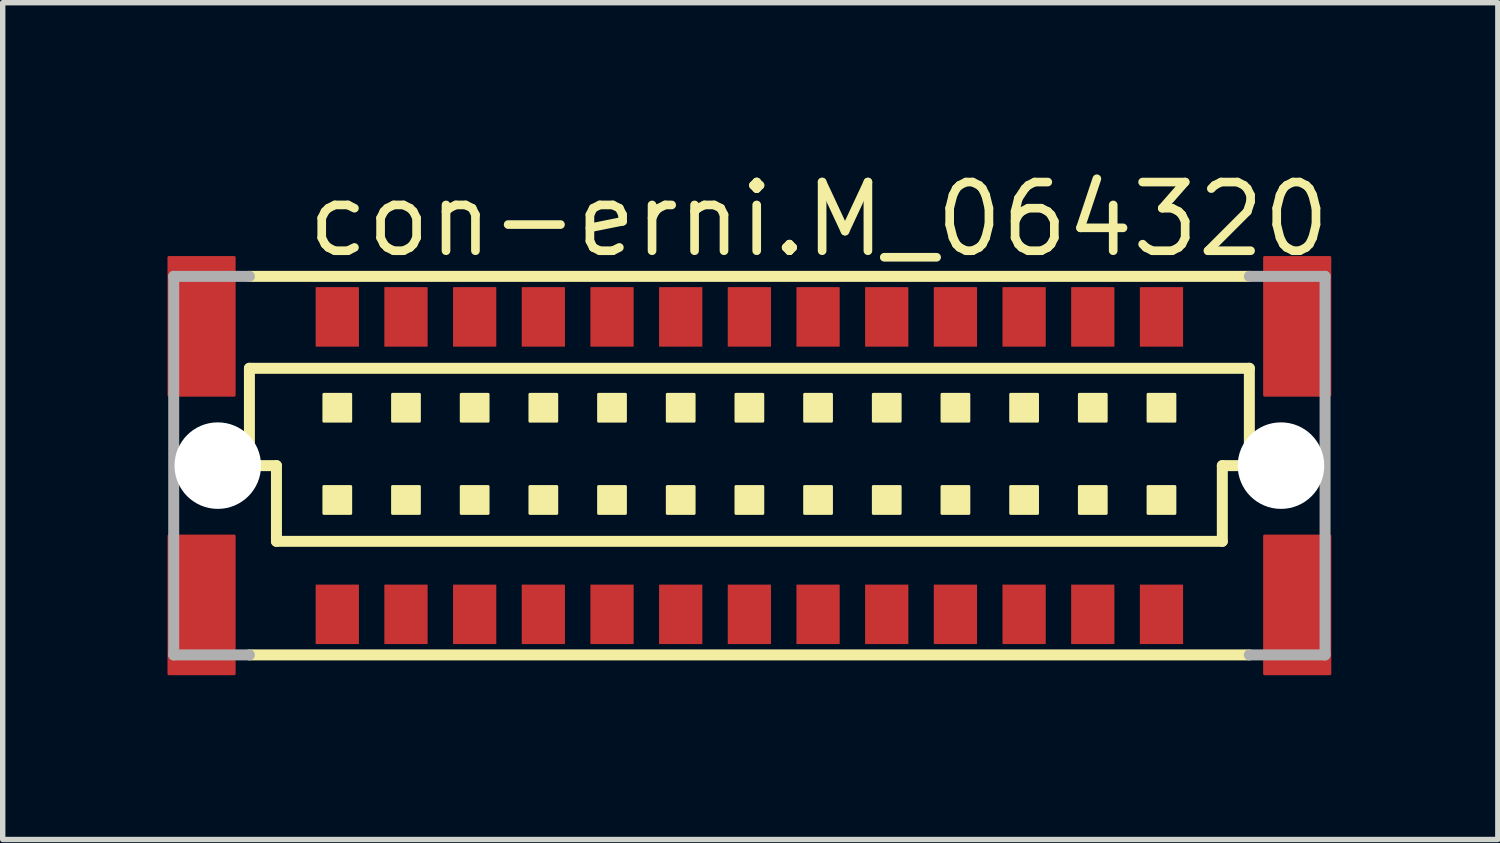
<source format=kicad_pcb>
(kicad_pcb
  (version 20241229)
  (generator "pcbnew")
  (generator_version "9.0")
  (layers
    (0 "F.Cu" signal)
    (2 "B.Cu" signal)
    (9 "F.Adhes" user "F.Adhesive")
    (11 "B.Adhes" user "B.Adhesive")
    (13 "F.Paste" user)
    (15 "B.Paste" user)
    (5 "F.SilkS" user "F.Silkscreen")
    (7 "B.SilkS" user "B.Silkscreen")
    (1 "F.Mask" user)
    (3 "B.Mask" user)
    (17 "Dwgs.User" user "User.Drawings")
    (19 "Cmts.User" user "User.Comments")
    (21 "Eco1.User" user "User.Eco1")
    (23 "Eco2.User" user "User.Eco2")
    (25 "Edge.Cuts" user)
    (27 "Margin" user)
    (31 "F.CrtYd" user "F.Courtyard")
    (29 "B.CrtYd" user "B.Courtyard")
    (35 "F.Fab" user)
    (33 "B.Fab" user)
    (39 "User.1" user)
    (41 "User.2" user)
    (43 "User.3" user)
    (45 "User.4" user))
  (footprint "con-erni.M_064320"
    (layer "F.Cu")
    (at 10.807 5.56)
    (property "Reference" "con-erni.M_064320" (at -8.255 -3.81 0) (layer "F.SilkS") (effects (font (size 1.27 1.27) (thickness 0.16)) (justify left bottom)))
    (attr smd)
    (fp_rect (start -10.735 -1.3) (end -9.525 -3.85) (stroke (width 0.05) (type default)) (fill yes) (layer "F.Cu"))
    (fp_rect (start -10.735 3.85) (end -9.525 1.3) (stroke (width 0.05) (type default)) (fill yes) (layer "F.Cu"))
    (fp_rect (start 9.525 -1.3) (end 10.735 -3.85) (stroke (width 0.05) (type default)) (fill yes) (layer "F.Cu"))
    (fp_rect (start 9.525 3.85) (end 10.735 1.3) (stroke (width 0.05) (type default)) (fill yes) (layer "F.Cu"))
    (fp_rect (start -10.783 -1.262) (end -9.495 -3.888) (stroke (width 0.05) (type default)) (fill yes) (layer "F.Mask"))
    (fp_rect (start -10.77 3.888) (end -9.482 1.262) (stroke (width 0.05) (type default)) (fill yes) (layer "F.Mask"))
    (fp_rect (start 9.483 -1.262) (end 10.77 -3.888) (stroke (width 0.05) (type default)) (fill yes) (layer "F.Mask"))
    (fp_rect (start 9.483 3.888) (end 10.77 1.262) (stroke (width 0.05) (type default)) (fill yes) (layer "F.Mask"))
    (fp_line (start -9.245 -3.5) (end 9.245 -3.5) (stroke (width 0.203) (type default)) (layer "F.SilkS"))
    (fp_line (start -9.245 -1.8) (end 9.245 -1.8) (stroke (width 0.203) (type default)) (layer "F.SilkS"))
    (fp_line (start -9.245 0) (end -9.245 -1.8) (stroke (width 0.203) (type default)) (layer "F.SilkS"))
    (fp_line (start -8.745 0) (end -9.245 0) (stroke (width 0.203) (type default)) (layer "F.SilkS"))
    (fp_line (start -8.745 1.4) (end -8.745 0) (stroke (width 0.203) (type default)) (layer "F.SilkS"))
    (fp_line (start 8.745 0) (end 8.745 1.4) (stroke (width 0.203) (type default)) (layer "F.SilkS"))
    (fp_line (start 8.745 1.4) (end -8.745 1.4) (stroke (width 0.203) (type default)) (layer "F.SilkS"))
    (fp_line (start 9.245 -1.8) (end 9.245 0) (stroke (width 0.203) (type default)) (layer "F.SilkS"))
    (fp_line (start 9.245 0) (end 8.745 0) (stroke (width 0.203) (type default)) (layer "F.SilkS"))
    (fp_line (start 9.245 3.5) (end -9.245 3.5) (stroke (width 0.203) (type default)) (layer "F.SilkS"))
    (fp_rect (start -7.87 -0.82) (end -7.37 -1.32) (stroke (width 0.05) (type default)) (fill yes) (layer "F.SilkS"))
    (fp_rect (start -7.87 0.885) (end -7.37 0.385) (stroke (width 0.05) (type default)) (fill yes) (layer "F.SilkS"))
    (fp_rect (start -6.6 -0.82) (end -6.1 -1.32) (stroke (width 0.05) (type default)) (fill yes) (layer "F.SilkS"))
    (fp_rect (start -6.6 0.885) (end -6.1 0.385) (stroke (width 0.05) (type default)) (fill yes) (layer "F.SilkS"))
    (fp_rect (start -5.33 -0.82) (end -4.83 -1.32) (stroke (width 0.05) (type default)) (fill yes) (layer "F.SilkS"))
    (fp_rect (start -5.33 0.885) (end -4.83 0.385) (stroke (width 0.05) (type default)) (fill yes) (layer "F.SilkS"))
    (fp_rect (start -4.06 -0.82) (end -3.56 -1.32) (stroke (width 0.05) (type default)) (fill yes) (layer "F.SilkS"))
    (fp_rect (start -4.06 0.885) (end -3.56 0.385) (stroke (width 0.05) (type default)) (fill yes) (layer "F.SilkS"))
    (fp_rect (start -2.79 -0.82) (end -2.29 -1.32) (stroke (width 0.05) (type default)) (fill yes) (layer "F.SilkS"))
    (fp_rect (start -2.79 0.885) (end -2.29 0.385) (stroke (width 0.05) (type default)) (fill yes) (layer "F.SilkS"))
    (fp_rect (start -1.52 -0.82) (end -1.02 -1.32) (stroke (width 0.05) (type default)) (fill yes) (layer "F.SilkS"))
    (fp_rect (start -1.52 0.885) (end -1.02 0.385) (stroke (width 0.05) (type default)) (fill yes) (layer "F.SilkS"))
    (fp_rect (start -0.25 -0.82) (end 0.25 -1.32) (stroke (width 0.05) (type default)) (fill yes) (layer "F.SilkS"))
    (fp_rect (start -0.25 0.885) (end 0.25 0.385) (stroke (width 0.05) (type default)) (fill yes) (layer "F.SilkS"))
    (fp_rect (start 1.02 -0.82) (end 1.52 -1.32) (stroke (width 0.05) (type default)) (fill yes) (layer "F.SilkS"))
    (fp_rect (start 1.02 0.885) (end 1.52 0.385) (stroke (width 0.05) (type default)) (fill yes) (layer "F.SilkS"))
    (fp_rect (start 2.29 -0.82) (end 2.79 -1.32) (stroke (width 0.05) (type default)) (fill yes) (layer "F.SilkS"))
    (fp_rect (start 2.29 0.885) (end 2.79 0.385) (stroke (width 0.05) (type default)) (fill yes) (layer "F.SilkS"))
    (fp_rect (start 3.56 -0.82) (end 4.06 -1.32) (stroke (width 0.05) (type default)) (fill yes) (layer "F.SilkS"))
    (fp_rect (start 3.56 0.885) (end 4.06 0.385) (stroke (width 0.05) (type default)) (fill yes) (layer "F.SilkS"))
    (fp_rect (start 4.83 -0.82) (end 5.33 -1.32) (stroke (width 0.05) (type default)) (fill yes) (layer "F.SilkS"))
    (fp_rect (start 4.83 0.885) (end 5.33 0.385) (stroke (width 0.05) (type default)) (fill yes) (layer "F.SilkS"))
    (fp_rect (start 6.1 -0.82) (end 6.6 -1.32) (stroke (width 0.05) (type default)) (fill yes) (layer "F.SilkS"))
    (fp_rect (start 6.1 0.885) (end 6.6 0.385) (stroke (width 0.05) (type default)) (fill yes) (layer "F.SilkS"))
    (fp_rect (start 7.37 -0.82) (end 7.87 -1.32) (stroke (width 0.05) (type default)) (fill yes) (layer "F.SilkS"))
    (fp_rect (start 7.37 0.885) (end 7.87 0.385) (stroke (width 0.05) (type default)) (fill yes) (layer "F.SilkS"))
    (fp_rect (start -10.695 -1.337) (end -9.557 -3.812) (stroke (width 0.05) (type default)) (fill yes) (layer "F.Paste"))
    (fp_rect (start -10.695 3.812) (end -9.557 1.337) (stroke (width 0.05) (type default)) (fill yes) (layer "F.Paste"))
    (fp_rect (start 9.558 -1.337) (end 10.695 -3.812) (stroke (width 0.05) (type default)) (fill yes) (layer "F.Paste"))
    (fp_rect (start 9.558 3.825) (end 10.695 1.35) (stroke (width 0.05) (type default)) (fill yes) (layer "F.Paste"))
    (fp_line (start -10.645 -3.5) (end -9.245 -3.5) (stroke (width 0.203) (type default)) (layer "F.Fab"))
    (fp_line (start -10.645 3.5) (end -10.645 -3.5) (stroke (width 0.203) (type default)) (layer "F.Fab"))
    (fp_line (start -9.245 3.5) (end -10.645 3.5) (stroke (width 0.203) (type default)) (layer "F.Fab"))
    (fp_line (start 9.245 -3.5) (end 10.645 -3.5) (stroke (width 0.203) (type default)) (layer "F.Fab"))
    (fp_line (start 10.645 -3.5) (end 10.645 3.5) (stroke (width 0.203) (type default)) (layer "F.Fab"))
    (fp_line (start 10.645 3.5) (end 9.245 3.5) (stroke (width 0.203) (type default)) (layer "F.Fab"))
    (pad "" np_thru_hole circle (at -9.83 0) (size 1.6 1.6) (drill 1.6) (layers "*.Cu" "*.Mask"))
    (pad "" np_thru_hole circle (at 9.83 0) (size 1.6 1.6) (drill 1.6) (layers "*.Cu" "*.Mask"))
    (pad "A1" smd roundrect (at 7.62 2.75) (size 0.8 1.1) (layers "F.Cu" "F.Mask" "F.Paste") (roundrect_rratio 0.01))
    (pad "A2" smd roundrect (at 6.35 2.75) (size 0.8 1.1) (layers "F.Cu" "F.Mask" "F.Paste") (roundrect_rratio 0.01))
    (pad "A3" smd roundrect (at 5.08 2.75) (size 0.8 1.1) (layers "F.Cu" "F.Mask" "F.Paste") (roundrect_rratio 0.01))
    (pad "A4" smd roundrect (at 3.81 2.75) (size 0.8 1.1) (layers "F.Cu" "F.Mask" "F.Paste") (roundrect_rratio 0.01))
    (pad "A5" smd roundrect (at 2.54 2.75) (size 0.8 1.1) (layers "F.Cu" "F.Mask" "F.Paste") (roundrect_rratio 0.01))
    (pad "A6" smd roundrect (at 1.27 2.75) (size 0.8 1.1) (layers "F.Cu" "F.Mask" "F.Paste") (roundrect_rratio 0.01))
    (pad "A7" smd roundrect (at 0 2.75) (size 0.8 1.1) (layers "F.Cu" "F.Mask" "F.Paste") (roundrect_rratio 0.01))
    (pad "A8" smd roundrect (at -1.27 2.75) (size 0.8 1.1) (layers "F.Cu" "F.Mask" "F.Paste") (roundrect_rratio 0.01))
    (pad "A9" smd roundrect (at -2.54 2.75) (size 0.8 1.1) (layers "F.Cu" "F.Mask" "F.Paste") (roundrect_rratio 0.01))
    (pad "A10" smd roundrect (at -3.81 2.75) (size 0.8 1.1) (layers "F.Cu" "F.Mask" "F.Paste") (roundrect_rratio 0.01))
    (pad "A11" smd roundrect (at -5.08 2.75) (size 0.8 1.1) (layers "F.Cu" "F.Mask" "F.Paste") (roundrect_rratio 0.01))
    (pad "A12" smd roundrect (at -6.35 2.75) (size 0.8 1.1) (layers "F.Cu" "F.Mask" "F.Paste") (roundrect_rratio 0.01))
    (pad "A13" smd roundrect (at -7.62 2.75) (size 0.8 1.1) (layers "F.Cu" "F.Mask" "F.Paste") (roundrect_rratio 0.01))
    (pad "B1" smd roundrect (at 7.62 -2.75) (size 0.8 1.1) (layers "F.Cu" "F.Mask" "F.Paste") (roundrect_rratio 0.01))
    (pad "B2" smd roundrect (at 6.35 -2.75) (size 0.8 1.1) (layers "F.Cu" "F.Mask" "F.Paste") (roundrect_rratio 0.01))
    (pad "B3" smd roundrect (at 5.08 -2.75) (size 0.8 1.1) (layers "F.Cu" "F.Mask" "F.Paste") (roundrect_rratio 0.01))
    (pad "B4" smd roundrect (at 3.81 -2.75) (size 0.8 1.1) (layers "F.Cu" "F.Mask" "F.Paste") (roundrect_rratio 0.01))
    (pad "B5" smd roundrect (at 2.54 -2.75) (size 0.8 1.1) (layers "F.Cu" "F.Mask" "F.Paste") (roundrect_rratio 0.01))
    (pad "B6" smd roundrect (at 1.27 -2.75) (size 0.8 1.1) (layers "F.Cu" "F.Mask" "F.Paste") (roundrect_rratio 0.01))
    (pad "B7" smd roundrect (at 0 -2.75) (size 0.8 1.1) (layers "F.Cu" "F.Mask" "F.Paste") (roundrect_rratio 0.01))
    (pad "B8" smd roundrect (at -1.27 -2.75) (size 0.8 1.1) (layers "F.Cu" "F.Mask" "F.Paste") (roundrect_rratio 0.01))
    (pad "B9" smd roundrect (at -2.54 -2.75) (size 0.8 1.1) (layers "F.Cu" "F.Mask" "F.Paste") (roundrect_rratio 0.01))
    (pad "B10" smd roundrect (at -3.81 -2.75) (size 0.8 1.1) (layers "F.Cu" "F.Mask" "F.Paste") (roundrect_rratio 0.01))
    (pad "B11" smd roundrect (at -5.08 -2.75) (size 0.8 1.1) (layers "F.Cu" "F.Mask" "F.Paste") (roundrect_rratio 0.01))
    (pad "B12" smd roundrect (at -6.35 -2.75) (size 0.8 1.1) (layers "F.Cu" "F.Mask" "F.Paste") (roundrect_rratio 0.01))
    (pad "B13" smd roundrect (at -7.62 -2.75) (size 0.8 1.1) (layers "F.Cu" "F.Mask" "F.Paste") (roundrect_rratio 0.01)))
  (gr_rect
    (start -3 -3)
    (end 24.647 12.473)
    (stroke (width 0.1) (type default))
    (fill no)
    (layer "Edge.Cuts")))
</source>
